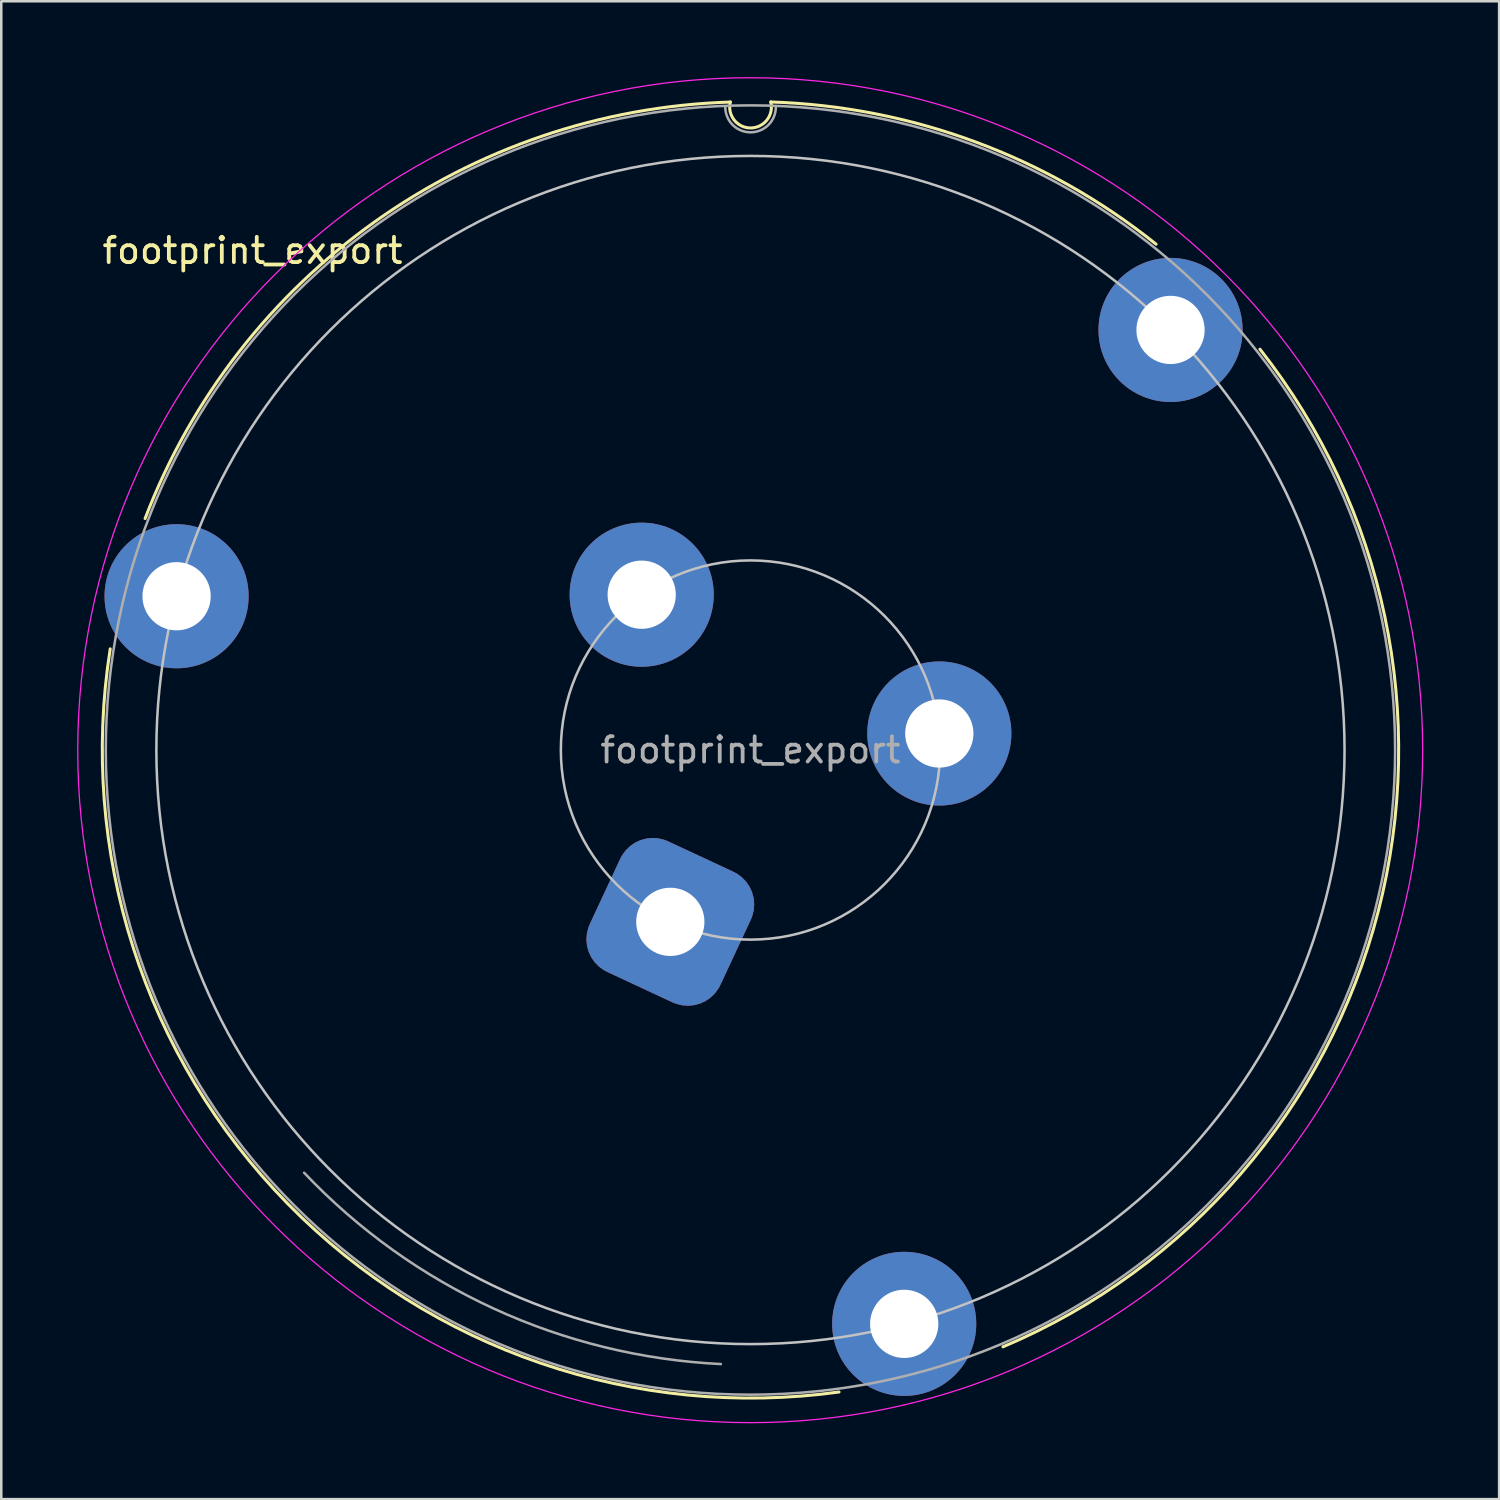
<source format=kicad_pcb>
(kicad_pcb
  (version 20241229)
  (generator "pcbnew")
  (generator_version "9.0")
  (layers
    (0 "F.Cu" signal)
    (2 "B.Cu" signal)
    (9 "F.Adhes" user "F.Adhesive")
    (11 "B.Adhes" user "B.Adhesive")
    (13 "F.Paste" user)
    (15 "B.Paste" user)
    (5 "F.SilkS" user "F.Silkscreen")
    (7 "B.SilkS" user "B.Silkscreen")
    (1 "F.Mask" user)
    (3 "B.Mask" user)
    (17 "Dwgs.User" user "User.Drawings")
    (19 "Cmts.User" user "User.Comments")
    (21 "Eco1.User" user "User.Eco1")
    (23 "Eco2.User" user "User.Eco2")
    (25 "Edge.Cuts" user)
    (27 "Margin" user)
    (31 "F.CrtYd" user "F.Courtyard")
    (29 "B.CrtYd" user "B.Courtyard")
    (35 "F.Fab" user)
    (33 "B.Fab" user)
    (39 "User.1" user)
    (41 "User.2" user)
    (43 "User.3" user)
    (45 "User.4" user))
  (footprint "footprint_export"
    (layer "F.Cu")
    (at 23.465 33.415)
    (property "Reference" "footprint_export" (at -16.526 -26.552 0) (layer "F.SilkS") (effects (font (size 1 1) (thickness 0.15))))
    (attr through_hole)
    (fp_arc (start -20.776007 -15.952412) (mid -11.692182 -27.690731) (end 2.374076 -32.428281) (stroke (width 0.12) (type solid)) (layer "F.SilkS"))
    (fp_arc (start 3.973992 -32.430985) (mid 3.173992 -31.402412) (end 2.373992 -32.430985) (stroke (width 0.12) (type solid)) (layer "F.SilkS"))
    (fp_arc (start 3.973992 -32.430985) (mid 12.052701 -30.857188) (end 19.216585 -26.804886) (stroke (width 0.12) (type solid)) (layer "F.SilkS"))
    (fp_arc (start 6.673992 18.597588) (mid -15.133842 11.149764) (end -22.155118 -10.799117) (stroke (width 0.12) (type solid)) (layer "F.SilkS"))
    (fp_arc (start 23.323992 -22.652412) (mid 28.000275 -0.407053) (end 13.158224 16.810296) (stroke (width 0.12) (type solid)) (layer "F.SilkS"))
    (fp_circle (center 3.17 -6.797) (end 10.67 -6.797) (stroke (width 0.1) (type solid)) (fill no) (layer "Dwgs.User"))
    (fp_circle (center 3.17 -6.797) (end 26.67 -6.797) (stroke (width 0.1) (type solid)) (fill no) (layer "Dwgs.User"))
    (fp_circle (center 3.16 -6.79) (end 29.76 -6.79) (stroke (width 0.05) (type solid)) (fill no) (layer "F.CrtYd"))
    (fp_arc (start 1.999637 17.492691) (mid -6.974268 15.302881) (end -14.48457 9.925001) (stroke (width 0.1) (type default)) (layer "F.Fab"))
    (fp_arc (start 4.173992 -32.230985) (mid 3.173992 -31.230985) (end 2.173992 -32.230985) (stroke (width 0.1) (type solid)) (layer "F.Fab"))
    (fp_circle (center 3.17 -6.797) (end 28.67 -6.797) (stroke (width 0.1) (type solid)) (fill no) (layer "F.Fab"))
    (fp_text user "${REFERENCE}" (at 3.17 -6.797 0) (layer "F.Fab") (effects (font (size 1 1) (thickness 0.15))))
    (pad "1" thru_hole roundrect (at 0 0 335) (size 5.7 5.7) (drill 2.7) (layers "*.Cu" "*.Mask") (roundrect_rratio 0.25))
    (pad "2" thru_hole circle (at -19.53 -12.88) (size 5.7 5.7) (drill 2.7) (layers "*.Cu" "*.Mask"))
    (pad "3" thru_hole circle (at -1.132 -12.941 250) (size 5.7 5.7) (drill 2.7) (layers "*.Cu" "*.Mask"))
    (pad "4" thru_hole circle (at 19.787 -23.414) (size 5.7 5.7) (drill 2.7) (layers "*.Cu" "*.Mask"))
    (pad "5" thru_hole circle (at 10.641 -7.451) (size 5.7 5.7) (drill 2.7) (layers "*.Cu" "*.Mask"))
    (pad "6" thru_hole circle (at 9.252 15.902) (size 5.7 5.7) (drill 2.7) (layers "*.Cu" "*.Mask")))
  (gr_rect
    (start -3 -3)
    (end 56.25 56.25)
    (stroke (width 0.1) (type default))
    (fill no)
    (layer "Edge.Cuts")))
</source>
